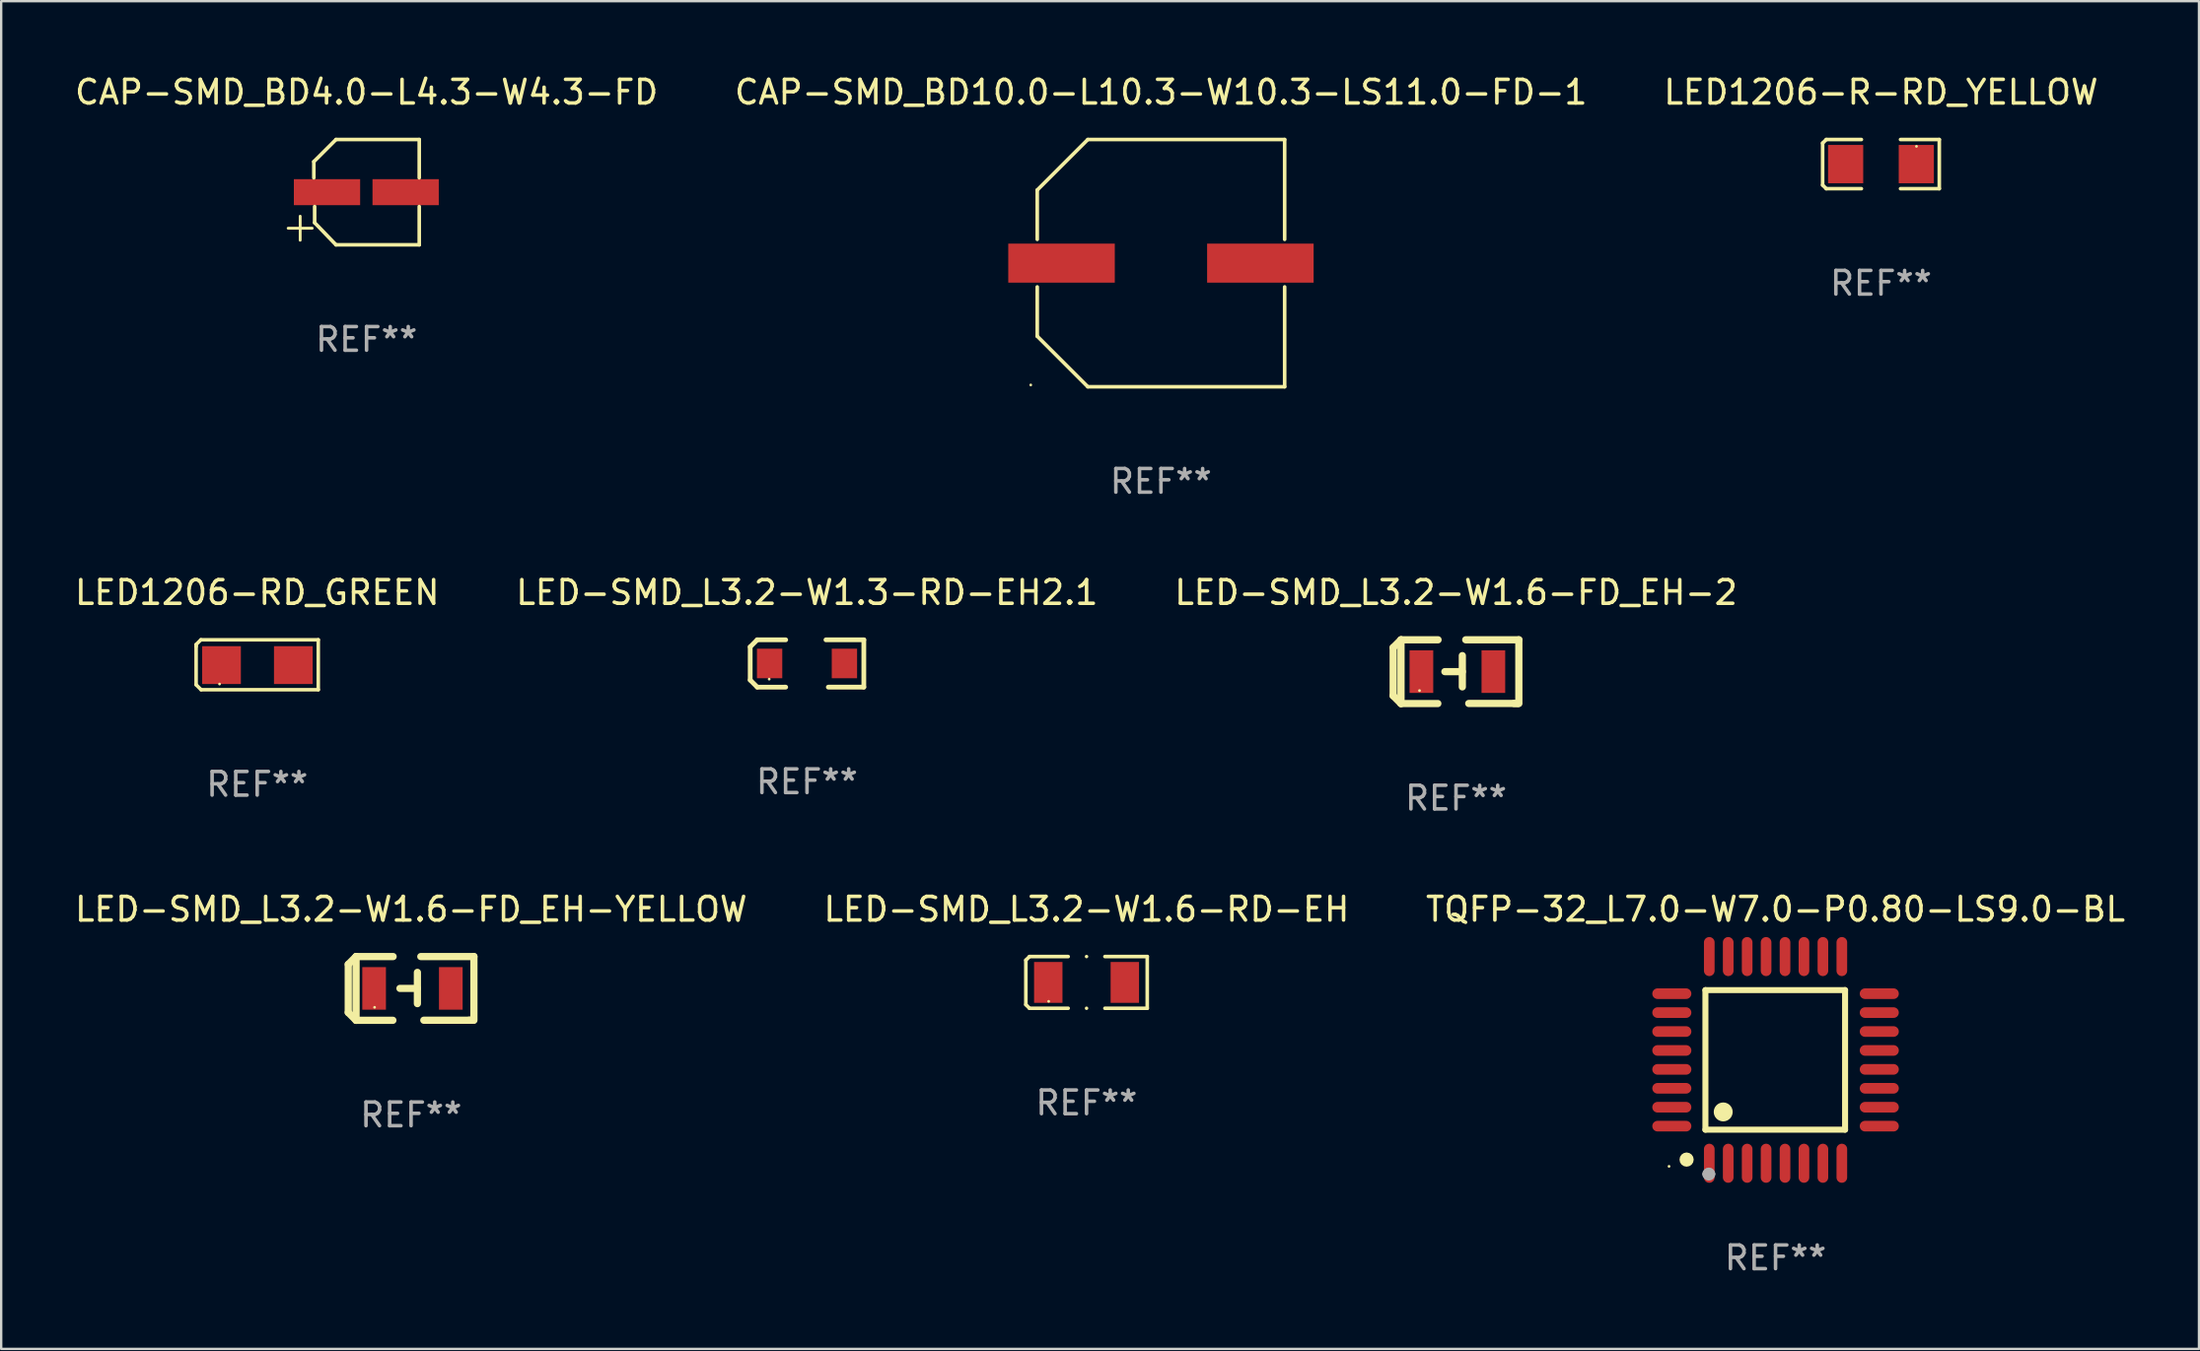
<source format=kicad_pcb>
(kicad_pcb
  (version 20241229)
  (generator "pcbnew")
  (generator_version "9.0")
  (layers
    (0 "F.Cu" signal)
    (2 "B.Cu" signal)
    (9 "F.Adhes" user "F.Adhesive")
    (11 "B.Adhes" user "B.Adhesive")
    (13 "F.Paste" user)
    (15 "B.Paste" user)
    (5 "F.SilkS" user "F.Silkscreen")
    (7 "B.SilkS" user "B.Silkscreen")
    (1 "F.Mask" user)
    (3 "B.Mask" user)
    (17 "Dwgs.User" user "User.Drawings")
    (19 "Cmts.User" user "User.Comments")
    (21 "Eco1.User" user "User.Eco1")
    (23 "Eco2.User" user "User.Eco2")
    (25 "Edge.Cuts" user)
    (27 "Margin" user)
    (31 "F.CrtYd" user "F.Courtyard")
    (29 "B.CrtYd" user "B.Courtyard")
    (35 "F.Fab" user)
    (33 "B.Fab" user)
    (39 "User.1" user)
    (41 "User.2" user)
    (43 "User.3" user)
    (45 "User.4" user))
  (footprint "LED-SMD_L3.2-W1.6-FD_EH-2"
    (layer "F.Cu")
    (at 58.517 25.343)
    (property "Reference" "LED-SMD_L3.2-W1.6-FD_EH-2" (at -0.058 -3.346 0) (layer "F.SilkS") (effects (font (size 1 1) (thickness 0.15))))
    (attr through_hole)
    (fp_line (start -2.712 -1.016) (end -2.712 1.019) (stroke (width 0.305) (type solid)) (layer "F.SilkS"))
    (fp_line (start -2.712 1.019) (end -2.382 1.349) (stroke (width 0.305) (type solid)) (layer "F.SilkS"))
    (fp_line (start -2.382 -1.346) (end -2.712 -1.016) (stroke (width 0.305) (type solid)) (layer "F.SilkS"))
    (fp_line (start -2.382 -1.346) (end -2.382 1.349) (stroke (width 0.305) (type solid)) (layer "F.SilkS"))
    (fp_line (start -2.382 -1.346) (end -0.817 -1.346) (stroke (width 0.305) (type solid)) (layer "F.SilkS"))
    (fp_line (start -2.382 1.349) (end -0.827 1.349) (stroke (width 0.305) (type solid)) (layer "F.SilkS"))
    (fp_line (start 0.209 -0.677) (end 0.209 0.644) (stroke (width 0.305) (type solid)) (layer "F.SilkS"))
    (fp_line (start 0.209 0) (end -0.528 0) (stroke (width 0.305) (type solid)) (layer "F.SilkS"))
    (fp_line (start 2.52 1.346) (end 0.48 1.346) (stroke (width 0.305) (type solid)) (layer "F.SilkS"))
    (fp_line (start 2.571 1.346) (end 2.393 1.346) (stroke (width 0.305) (type solid)) (layer "F.SilkS"))
    (fp_line (start 2.596 -1.346) (end 0.353 -1.346) (stroke (width 0.305) (type solid)) (layer "F.SilkS"))
    (fp_line (start 2.596 -1.346) (end 2.596 1.346) (stroke (width 0.305) (type solid)) (layer "F.SilkS"))
    (fp_circle (center -1.6 0.8) (end -1.57 0.8) (stroke (width 0.06) (type solid)) (fill no) (layer "F.SilkS"))
    (fp_text user "REF**" (at -0.058 5.349 0) (layer "F.Fab") (effects (font (size 1 1) (thickness 0.15))))
    (pad "1" smd rect (at -1.52 0 180) (size 1 1.8) (layers "F.Cu" "F.Mask" "F.Paste"))
    (pad "2" smd rect (at 1.52 0 180) (size 1 1.8) (layers "F.Cu" "F.Mask" "F.Paste")))
  (footprint "LED-SMD_L3.2-W1.6-FD_EH-YELLOW"
    (layer "F.Cu")
    (at 14.374 38.734)
    (property "Reference" "LED-SMD_L3.2-W1.6-FD_EH-YELLOW" (at -0.058 -3.346 0) (layer "F.SilkS") (effects (font (size 1 1) (thickness 0.15))))
    (attr through_hole)
    (fp_line (start -2.712 -1.016) (end -2.712 1.019) (stroke (width 0.305) (type solid)) (layer "F.SilkS"))
    (fp_line (start -2.712 1.019) (end -2.382 1.349) (stroke (width 0.305) (type solid)) (layer "F.SilkS"))
    (fp_line (start -2.382 -1.346) (end -2.712 -1.016) (stroke (width 0.305) (type solid)) (layer "F.SilkS"))
    (fp_line (start -2.382 -1.346) (end -2.382 1.349) (stroke (width 0.305) (type solid)) (layer "F.SilkS"))
    (fp_line (start -2.382 -1.346) (end -0.817 -1.346) (stroke (width 0.305) (type solid)) (layer "F.SilkS"))
    (fp_line (start -2.382 1.349) (end -0.827 1.349) (stroke (width 0.305) (type solid)) (layer "F.SilkS"))
    (fp_line (start 0.209 -0.677) (end 0.209 0.644) (stroke (width 0.305) (type solid)) (layer "F.SilkS"))
    (fp_line (start 0.209 0) (end -0.528 0) (stroke (width 0.305) (type solid)) (layer "F.SilkS"))
    (fp_line (start 2.52 1.346) (end 0.48 1.346) (stroke (width 0.305) (type solid)) (layer "F.SilkS"))
    (fp_line (start 2.571 1.346) (end 2.393 1.346) (stroke (width 0.305) (type solid)) (layer "F.SilkS"))
    (fp_line (start 2.596 -1.346) (end 0.353 -1.346) (stroke (width 0.305) (type solid)) (layer "F.SilkS"))
    (fp_line (start 2.596 -1.346) (end 2.596 1.346) (stroke (width 0.305) (type solid)) (layer "F.SilkS"))
    (fp_circle (center -1.6 0.8) (end -1.57 0.8) (stroke (width 0.06) (type solid)) (fill no) (layer "F.SilkS"))
    (fp_text user "REF**" (at -0.058 5.349 0) (layer "F.Fab") (effects (font (size 1 1) (thickness 0.15))))
    (pad "1" smd rect (at -1.62 0 180) (size 1 1.8) (layers "F.Cu" "F.Mask" "F.Paste"))
    (pad "2" smd rect (at 1.62 0 180) (size 1 1.8) (layers "F.Cu" "F.Mask" "F.Paste")))
  (footprint "LED-SMD_L3.2-W1.3-RD-EH2.1"
    (layer "F.Cu")
    (at 31.042 24.998)
    (property "Reference" "LED-SMD_L3.2-W1.3-RD-EH2.1" (at -0.000279 -3.001 0) (layer "F.SilkS") (effects (font (size 1 1) (thickness 0.15))))
    (attr through_hole)
    (fp_line (start -2.4 -0.701) (end -2.4 0.701) (stroke (width 0.2) (type solid)) (layer "F.SilkS"))
    (fp_line (start -2.4 0.701) (end -2.101 1.001) (stroke (width 0.2) (type solid)) (layer "F.SilkS"))
    (fp_line (start -2.101 -1.001) (end -2.4 -0.701) (stroke (width 0.2) (type solid)) (layer "F.SilkS"))
    (fp_line (start -2.101 1.001) (end -0.9 1) (stroke (width 0.2) (type solid)) (layer "F.SilkS"))
    (fp_line (start -0.9 -1) (end -2.101 -1.001) (stroke (width 0.2) (type solid)) (layer "F.SilkS"))
    (fp_line (start 0.9 1) (end 2.4 1) (stroke (width 0.2) (type solid)) (layer "F.SilkS"))
    (fp_line (start 2.4 -1) (end 0.8 -1) (stroke (width 0.2) (type solid)) (layer "F.SilkS"))
    (fp_line (start 2.4 1) (end 2.4 -1) (stroke (width 0.2) (type solid)) (layer "F.SilkS"))
    (fp_circle (center -1.598 0.662) (end -1.568 0.662) (stroke (width 0.06) (type solid)) (fill no) (layer "F.SilkS"))
    (fp_text user "REF**" (at -0.000279 5.001 0) (layer "F.Fab") (effects (font (size 1 1) (thickness 0.15))))
    (pad "1" smd rect (at 1.58 0) (size 1.07 1.25) (layers "F.Cu" "F.Mask" "F.Paste"))
    (pad "2" smd rect (at -1.58 0) (size 1.07 1.25) (layers "F.Cu" "F.Mask" "F.Paste")))
  (footprint "LED1206-RD_GREEN"
    (layer "F.Cu")
    (at 7.825 25.067)
    (property "Reference" "LED1206-RD_GREEN" (at -0.01 -3.07 0) (layer "F.SilkS") (effects (font (size 1 1) (thickness 0.15))))
    (attr through_hole)
    (fp_line (start -2.59 -0.87) (end -2.39 -1.07) (stroke (width 0.15) (type solid)) (layer "F.SilkS"))
    (fp_line (start -2.59 -0.79) (end -2.59 -0.87) (stroke (width 0.15) (type solid)) (layer "F.SilkS"))
    (fp_line (start -2.59 -0.79) (end -2.59 0.83) (stroke (width 0.15) (type solid)) (layer "F.SilkS"))
    (fp_line (start -2.59 0.83) (end -2.38 1.04) (stroke (width 0.15) (type solid)) (layer "F.SilkS"))
    (fp_line (start -2.39 -1.07) (end 2.57 -1.07) (stroke (width 0.15) (type solid)) (layer "F.SilkS"))
    (fp_line (start 2.57 -1.07) (end 2.57 1.04) (stroke (width 0.15) (type solid)) (layer "F.SilkS"))
    (fp_line (start 2.57 1.04) (end -2.38 1.04) (stroke (width 0.15) (type solid)) (layer "F.SilkS"))
    (fp_circle (center -1.6 0.8) (end -1.57 0.8) (stroke (width 0.06) (type solid)) (fill no) (layer "F.SilkS"))
    (fp_text user "REF**" (at -0.01 5.04 0) (layer "F.Fab") (effects (font (size 1 1) (thickness 0.15))))
    (pad "1" smd rect (at -1.517 0) (size 1.635 1.6) (layers "F.Cu" "F.Mask" "F.Paste"))
    (pad "2" smd rect (at 1.517 0) (size 1.635 1.6) (layers "F.Cu" "F.Mask" "F.Paste")))
  (footprint "LED-SMD_L3.2-W1.6-RD-EH"
    (layer "F.Cu")
    (at 42.851 38.481)
    (property "Reference" "LED-SMD_L3.2-W1.6-RD-EH" (at 0 -3.093 0) (layer "F.SilkS") (effects (font (size 1 1) (thickness 0.15))))
    (attr through_hole)
    (fp_line (start -2.564 -0.94) (end -2.411 -1.093) (stroke (width 0.152) (type solid)) (layer "F.SilkS"))
    (fp_line (start -2.564 0.94) (end -2.564 -0.94) (stroke (width 0.152) (type solid)) (layer "F.SilkS"))
    (fp_line (start -2.411 -1.093) (end -0.776 -1.093) (stroke (width 0.152) (type solid)) (layer "F.SilkS"))
    (fp_line (start -2.411 1.093) (end -2.564 0.94) (stroke (width 0.152) (type solid)) (layer "F.SilkS"))
    (fp_line (start -0.776 1.093) (end -2.411 1.093) (stroke (width 0.152) (type solid)) (layer "F.SilkS"))
    (fp_line (start 0.776 1.093) (end 2.564 1.093) (stroke (width 0.152) (type solid)) (layer "F.SilkS"))
    (fp_line (start 2.564 -1.093) (end 0.776 -1.093) (stroke (width 0.152) (type solid)) (layer "F.SilkS"))
    (fp_line (start 2.564 1.093) (end 2.564 -1.093) (stroke (width 0.152) (type solid)) (layer "F.SilkS"))
    (fp_circle (center -1.6 0.8) (end -1.57 0.8) (stroke (width 0.06) (type solid)) (fill no) (layer "F.SilkS"))
    (fp_circle (center 0 -1.093) (end 0.038 -1.093) (stroke (width 0.076) (type solid)) (fill no) (layer "F.SilkS"))
    (fp_circle (center 0 1.093) (end 0.038 1.093) (stroke (width 0.076) (type solid)) (fill no) (layer "F.SilkS"))
    (fp_text user "REF**" (at 0 5.093 0) (layer "F.Fab") (effects (font (size 1 1) (thickness 0.15))))
    (pad "1" smd rect (at -1.617 0) (size 1.2 1.728) (layers "F.Cu" "F.Mask" "F.Paste"))
    (pad "2" smd rect (at 1.617 0) (size 1.2 1.728) (layers "F.Cu" "F.Mask" "F.Paste")))
  (footprint "CAP-SMD_BD4.0-L4.3-W4.3-FD"
    (layer "F.Cu")
    (at 12.425 5.074)
    (property "Reference" "CAP-SMD_BD4.0-L4.3-W4.3-FD" (at 0.01 -4.226 0) (layer "F.SilkS") (effects (font (size 1 1) (thickness 0.15))))
    (attr through_hole)
    (fp_line (start -2.794 1.016) (end -2.794 2.032) (stroke (width 0.12) (type default)) (layer "F.SilkS"))
    (fp_line (start -2.286 1.524) (end -3.302 1.524) (stroke (width 0.12) (type default)) (layer "F.SilkS"))
    (fp_line (start -2.217 -1.29) (end -2.217 -0.607) (stroke (width 0.152) (type solid)) (layer "F.SilkS"))
    (fp_line (start -2.183 1.29) (end -2.183 0.607) (stroke (width 0.152) (type solid)) (layer "F.SilkS"))
    (fp_line (start -1.28 2.226) (end -2.183 1.29) (stroke (width 0.152) (type solid)) (layer "F.SilkS"))
    (fp_line (start -1.28 -2.226) (end -2.217 -1.29) (stroke (width 0.152) (type solid)) (layer "F.SilkS"))
    (fp_line (start 2.236 -2.226) (end -1.28 -2.226) (stroke (width 0.152) (type solid)) (layer "F.SilkS"))
    (fp_line (start 2.236 -0.607) (end 2.236 -2.226) (stroke (width 0.152) (type solid)) (layer "F.SilkS"))
    (fp_line (start 2.236 0.607) (end 2.236 2.226) (stroke (width 0.152) (type solid)) (layer "F.SilkS"))
    (fp_line (start 2.236 2.226) (end -1.28 2.226) (stroke (width 0.152) (type solid)) (layer "F.SilkS"))
    (fp_text user "REF**" (at 0.01 6.226 0) (layer "F.Fab") (effects (font (size 1 1) (thickness 0.15))))
    (pad "1" smd rect (at -1.661 0) (size 2.8 1.1) (layers "F.Cu" "F.Mask" "F.Paste"))
    (pad "2" smd rect (at 1.661 0) (size 2.8 1.1) (layers "F.Cu" "F.Mask" "F.Paste")))
  (footprint "TQFP-32_L7.0-W7.0-P0.80-LS9.0-BL"
    (layer "F.Cu")
    (at 71.958 41.757)
    (property "Reference" "TQFP-32_L7.0-W7.0-P0.80-LS9.0-BL" (at 0 -6.369 0) (layer "F.SilkS") (effects (font (size 1 1) (thickness 0.15))))
    (attr through_hole)
    (fp_line (start -2.963 -2.95) (end -2.963 2.95) (stroke (width 0.254) (type solid)) (layer "F.SilkS"))
    (fp_line (start -2.963 2.95) (end 2.937 2.95) (stroke (width 0.254) (type solid)) (layer "F.SilkS"))
    (fp_line (start 2.937 -2.95) (end -2.963 -2.95) (stroke (width 0.254) (type solid)) (layer "F.SilkS"))
    (fp_line (start 2.937 2.95) (end 2.937 -2.95) (stroke (width 0.254) (type solid)) (layer "F.SilkS"))
    (fp_arc (start -3.756668 4.064008) (mid -3.758148 4.364027) (end -3.758789 4.064005) (stroke (width 0.3) (type solid)) (layer "F.SilkS"))
    (fp_arc (start -2.209804 1.998984) (mid -2.21093 2.39898) (end -2.212632 1.998986) (stroke (width 0.4) (type solid)) (layer "F.SilkS"))
    (fp_circle (center -4.5 4.5) (end -4.47 4.5) (stroke (width 0.06) (type solid)) (fill no) (layer "F.SilkS"))
    (fp_arc (start -2.967488 4.82601) (mid -2.819406 4.677928) (end -2.671324 4.82601) (stroke (width 0.254001) (type solid)) (layer "F.Fab"))
    (fp_arc (start -2.671323 4.82601) (mid -2.819406 4.974093) (end -2.967489 4.82601) (stroke (width 0.254001) (type solid)) (layer "F.Fab"))
    (fp_circle (center -2.819 4.826) (end -2.692 4.826) (stroke (width 0.254) (type solid)) (fill no) (layer "F.Fab"))
    (fp_text user "REF**" (at 0 8.369 0) (layer "F.Fab") (effects (font (size 1 1) (thickness 0.15))))
    (pad "1" smd oval (at -2.8 4.369) (size 0.45 1.65) (layers "F.Cu" "F.Mask" "F.Paste"))
    (pad "2" smd oval (at -2 4.369) (size 0.45 1.65) (layers "F.Cu" "F.Mask" "F.Paste"))
    (pad "3" smd oval (at -1.2 4.369) (size 0.45 1.65) (layers "F.Cu" "F.Mask" "F.Paste"))
    (pad "4" smd oval (at -0.4 4.369) (size 0.45 1.65) (layers "F.Cu" "F.Mask" "F.Paste"))
    (pad "5" smd oval (at 0.4 4.369) (size 0.45 1.65) (layers "F.Cu" "F.Mask" "F.Paste"))
    (pad "6" smd oval (at 1.2 4.369) (size 0.45 1.65) (layers "F.Cu" "F.Mask" "F.Paste"))
    (pad "7" smd oval (at 2 4.369) (size 0.45 1.65) (layers "F.Cu" "F.Mask" "F.Paste"))
    (pad "8" smd oval (at 2.8 4.369) (size 0.45 1.65) (layers "F.Cu" "F.Mask" "F.Paste"))
    (pad "9" smd oval (at 4.382 2.8) (size 1.65 0.45) (layers "F.Cu" "F.Mask" "F.Paste"))
    (pad "10" smd oval (at 4.382 2) (size 1.65 0.45) (layers "F.Cu" "F.Mask" "F.Paste"))
    (pad "11" smd oval (at 4.382 1.2) (size 1.65 0.45) (layers "F.Cu" "F.Mask" "F.Paste"))
    (pad "12" smd oval (at 4.382 0.4) (size 1.65 0.45) (layers "F.Cu" "F.Mask" "F.Paste"))
    (pad "13" smd oval (at 4.382 -0.4) (size 1.65 0.45) (layers "F.Cu" "F.Mask" "F.Paste"))
    (pad "14" smd oval (at 4.382 -1.2) (size 1.65 0.45) (layers "F.Cu" "F.Mask" "F.Paste"))
    (pad "15" smd oval (at 4.382 -2) (size 1.65 0.45) (layers "F.Cu" "F.Mask" "F.Paste"))
    (pad "16" smd oval (at 4.382 -2.8) (size 1.65 0.45) (layers "F.Cu" "F.Mask" "F.Paste"))
    (pad "17" smd oval (at 2.8 -4.369) (size 0.45 1.65) (layers "F.Cu" "F.Mask" "F.Paste"))
    (pad "18" smd oval (at 2 -4.369) (size 0.45 1.65) (layers "F.Cu" "F.Mask" "F.Paste"))
    (pad "19" smd oval (at 1.2 -4.369) (size 0.45 1.65) (layers "F.Cu" "F.Mask" "F.Paste"))
    (pad "20" smd oval (at 0.4 -4.369) (size 0.45 1.65) (layers "F.Cu" "F.Mask" "F.Paste"))
    (pad "21" smd oval (at -0.4 -4.369) (size 0.45 1.65) (layers "F.Cu" "F.Mask" "F.Paste"))
    (pad "22" smd oval (at -1.2 -4.369) (size 0.45 1.65) (layers "F.Cu" "F.Mask" "F.Paste"))
    (pad "23" smd oval (at -2 -4.369) (size 0.45 1.65) (layers "F.Cu" "F.Mask" "F.Paste"))
    (pad "24" smd oval (at -2.8 -4.369) (size 0.45 1.65) (layers "F.Cu" "F.Mask" "F.Paste"))
    (pad "25" smd oval (at -4.382 -2.8) (size 1.65 0.45) (layers "F.Cu" "F.Mask" "F.Paste"))
    (pad "26" smd oval (at -4.382 -2) (size 1.65 0.45) (layers "F.Cu" "F.Mask" "F.Paste"))
    (pad "27" smd oval (at -4.382 -1.2) (size 1.65 0.45) (layers "F.Cu" "F.Mask" "F.Paste"))
    (pad "28" smd oval (at -4.382 -0.4) (size 1.65 0.45) (layers "F.Cu" "F.Mask" "F.Paste"))
    (pad "29" smd oval (at -4.382 0.4) (size 1.65 0.45) (layers "F.Cu" "F.Mask" "F.Paste"))
    (pad "30" smd oval (at -4.382 1.2) (size 1.65 0.45) (layers "F.Cu" "F.Mask" "F.Paste"))
    (pad "31" smd oval (at -4.382 2) (size 1.65 0.45) (layers "F.Cu" "F.Mask" "F.Paste"))
    (pad "32" smd oval (at -4.382 2.8) (size 1.65 0.45) (layers "F.Cu" "F.Mask" "F.Paste")))
  (footprint "CAP-SMD_BD10.0-L10.3-W10.3-LS11.0-FD-1"
    (layer "F.Cu")
    (at 45.994 8.074)
    (property "Reference" "CAP-SMD_BD10.0-L10.3-W10.3-LS11.0-FD-1" (at -0.000102 -7.226 0) (layer "F.SilkS") (effects (font (size 1 1) (thickness 0.15))))
    (attr through_hole)
    (fp_line (start -5.226 -3.09) (end -5.226 -1.005) (stroke (width 0.152) (type solid)) (layer "F.SilkS"))
    (fp_line (start -5.226 1.005) (end -5.226 3.09) (stroke (width 0.152) (type solid)) (layer "F.SilkS"))
    (fp_line (start -3.09 -5.226) (end -5.226 -3.09) (stroke (width 0.152) (type solid)) (layer "F.SilkS"))
    (fp_line (start -3.09 5.226) (end -5.226 3.09) (stroke (width 0.152) (type solid)) (layer "F.SilkS"))
    (fp_line (start 5.226 -5.226) (end -3.09 -5.226) (stroke (width 0.152) (type solid)) (layer "F.SilkS"))
    (fp_line (start 5.226 -5.226) (end 5.226 -1.005) (stroke (width 0.152) (type solid)) (layer "F.SilkS"))
    (fp_line (start 5.226 1.005) (end 5.226 5.226) (stroke (width 0.152) (type solid)) (layer "F.SilkS"))
    (fp_line (start 5.226 5.226) (end -3.09 5.226) (stroke (width 0.152) (type solid)) (layer "F.SilkS"))
    (fp_circle (center -5.5 5.15) (end -5.47 5.15) (stroke (width 0.06) (type solid)) (fill no) (layer "F.SilkS"))
    (fp_text user "REF**" (at -0.000102 9.226 0) (layer "F.Fab") (effects (font (size 1 1) (thickness 0.15))))
    (pad "1" smd rect (at -4.2 0.000025) (size 4.5 1.65) (layers "F.Cu" "F.Mask" "F.Paste"))
    (pad "2" smd rect (at 4.2 0.000025) (size 4.5 1.65) (layers "F.Cu" "F.Mask" "F.Paste")))
  (footprint "LED1206-R-RD_YELLOW"
    (layer "F.Cu")
    (at 76.411 3.887)
    (property "Reference" "LED1206-R-RD_YELLOW" (at 0.000051 -3.039 0) (layer "F.SilkS") (effects (font (size 1 1) (thickness 0.15))))
    (attr through_hole)
    (fp_line (start -2.464 -0.886) (end -2.311 -1.039) (stroke (width 0.152) (type solid)) (layer "F.SilkS"))
    (fp_line (start -2.464 0.886) (end -2.464 -0.886) (stroke (width 0.152) (type solid)) (layer "F.SilkS"))
    (fp_line (start -2.311 -1.039) (end -0.826 -1.039) (stroke (width 0.152) (type solid)) (layer "F.SilkS"))
    (fp_line (start -2.311 1.039) (end -2.464 0.886) (stroke (width 0.152) (type solid)) (layer "F.SilkS"))
    (fp_line (start -0.826 1.039) (end -2.311 1.039) (stroke (width 0.152) (type solid)) (layer "F.SilkS"))
    (fp_line (start 0.826 1.039) (end 2.464 1.039) (stroke (width 0.152) (type solid)) (layer "F.SilkS"))
    (fp_line (start 2.464 -1.039) (end 0.826 -1.039) (stroke (width 0.152) (type solid)) (layer "F.SilkS"))
    (fp_line (start 2.464 1.039) (end 2.464 -1.039) (stroke (width 0.152) (type solid)) (layer "F.SilkS"))
    (fp_circle (center 1.5 -0.75) (end 1.53 -0.75) (stroke (width 0.06) (type solid)) (fill no) (layer "F.SilkS"))
    (fp_text user "REF**" (at 0.000051 5.039 0) (layer "F.Fab") (effects (font (size 1 1) (thickness 0.15))))
    (pad "1" smd rect (at 1.493 0) (size 1.485 1.62) (layers "F.Cu" "F.Mask" "F.Paste"))
    (pad "2" smd rect (at -1.492 0) (size 1.485 1.62) (layers "F.Cu" "F.Mask" "F.Paste")))
  (gr_rect
    (start -3 -3)
    (end 89.845 53.974)
    (stroke (width 0.1) (type default))
    (fill no)
    (layer "Edge.Cuts")))
</source>
